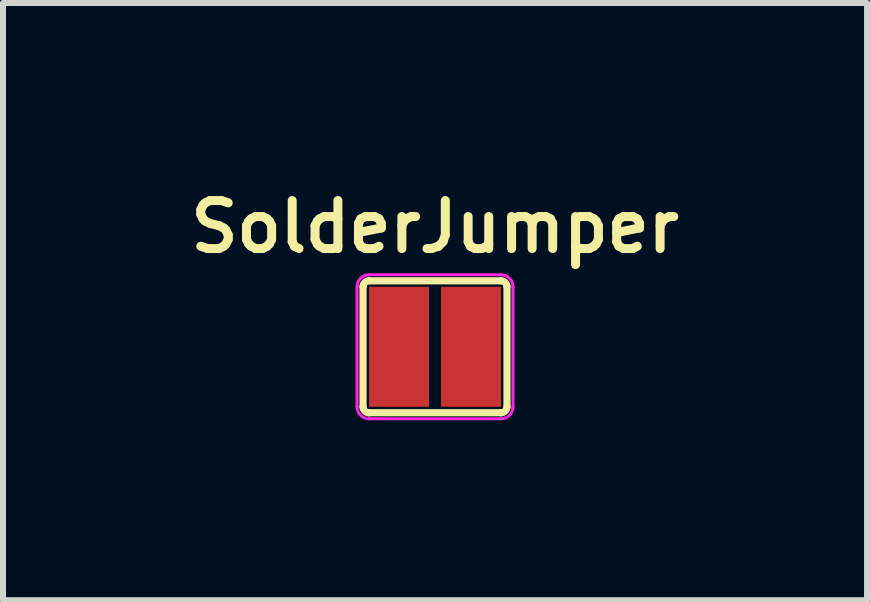
<source format=kicad_pcb>
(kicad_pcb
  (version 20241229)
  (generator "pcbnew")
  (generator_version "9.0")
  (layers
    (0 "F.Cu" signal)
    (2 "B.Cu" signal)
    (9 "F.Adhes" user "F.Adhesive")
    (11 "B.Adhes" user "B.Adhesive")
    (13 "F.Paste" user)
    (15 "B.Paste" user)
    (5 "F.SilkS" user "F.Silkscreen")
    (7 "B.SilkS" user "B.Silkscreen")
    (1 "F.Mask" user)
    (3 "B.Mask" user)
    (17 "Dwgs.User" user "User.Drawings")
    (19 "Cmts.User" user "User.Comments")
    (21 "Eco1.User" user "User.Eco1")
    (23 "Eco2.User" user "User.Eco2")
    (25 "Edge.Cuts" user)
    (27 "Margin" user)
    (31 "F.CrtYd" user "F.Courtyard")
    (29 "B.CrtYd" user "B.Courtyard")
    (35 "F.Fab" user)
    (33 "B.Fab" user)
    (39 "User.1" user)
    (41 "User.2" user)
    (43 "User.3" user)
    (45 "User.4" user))
  (footprint "SolderJumper"
    (layer "F.Cu")
    (at 4.202 2.731)
    (property "Reference" "SolderJumper" (at 0 -2 0) (layer "F.SilkS") (effects (font (size 0.8 0.8) (thickness 0.15))))
    (attr smd exclude_from_pos_files exclude_from_bom allow_soldermask_bridges)
    (fp_rect (start -0.1 -1) (end 0.1 1) (stroke (width 0.01) (type solid)) (fill yes) (layer "F.Mask"))
    (fp_line (start -1.2 1) (end -1.2 -1) (stroke (width 0.12) (type solid)) (layer "F.SilkS"))
    (fp_line (start -1.1 -1.1) (end 1.1 -1.1) (stroke (width 0.12) (type solid)) (layer "F.SilkS"))
    (fp_line (start 1.1 1.1) (end -1.1 1.1) (stroke (width 0.12) (type solid)) (layer "F.SilkS"))
    (fp_line (start 1.2 -1) (end 1.2 1) (stroke (width 0.12) (type solid)) (layer "F.SilkS"))
    (fp_arc (start -1.2 -1) (mid -1.170711 -1.070711) (end -1.1 -1.1) (stroke (width 0.12) (type solid)) (layer "F.SilkS"))
    (fp_arc (start -1.1 1.1) (mid -1.170711 1.070711) (end -1.2 1) (stroke (width 0.12) (type solid)) (layer "F.SilkS"))
    (fp_arc (start 1.1 -1.1) (mid 1.170711 -1.070711) (end 1.2 -1) (stroke (width 0.12) (type solid)) (layer "F.SilkS"))
    (fp_arc (start 1.2 1) (mid 1.170711 1.070711) (end 1.1 1.1) (stroke (width 0.12) (type solid)) (layer "F.SilkS"))
    (fp_line (start -1.3 -1) (end -1.3 1) (stroke (width 0.05) (type default)) (layer "F.CrtYd"))
    (fp_line (start -1.1 1.2) (end 1.1 1.2) (stroke (width 0.05) (type default)) (layer "F.CrtYd"))
    (fp_line (start 1.1 -1.2) (end -1.1 -1.2) (stroke (width 0.05) (type default)) (layer "F.CrtYd"))
    (fp_line (start 1.3 1) (end 1.3 -1) (stroke (width 0.05) (type default)) (layer "F.CrtYd"))
    (fp_arc (start -1.3 -1) (mid -1.241421 -1.141421) (end -1.1 -1.2) (stroke (width 0.05) (type default)) (layer "F.CrtYd"))
    (fp_arc (start -1.1 1.2) (mid -1.241421 1.141421) (end -1.3 1) (stroke (width 0.05) (type default)) (layer "F.CrtYd"))
    (fp_arc (start 1.1 -1.2) (mid 1.241421 -1.141421) (end 1.3 -1) (stroke (width 0.05) (type default)) (layer "F.CrtYd"))
    (fp_arc (start 1.3 1) (mid 1.241421 1.141421) (end 1.1 1.2) (stroke (width 0.05) (type default)) (layer "F.CrtYd"))
    (pad "1" smd rect (at -0.6 0 90) (size 2 1) (layers "F.Cu" "F.Mask"))
    (pad "2" smd rect (at 0.6 0 90) (size 2 1) (layers "F.Cu" "F.Mask")))
  (gr_rect
    (start -3 -3)
    (end 11.404 6.956)
    (stroke (width 0.1) (type default))
    (fill no)
    (layer "Edge.Cuts")))
</source>
